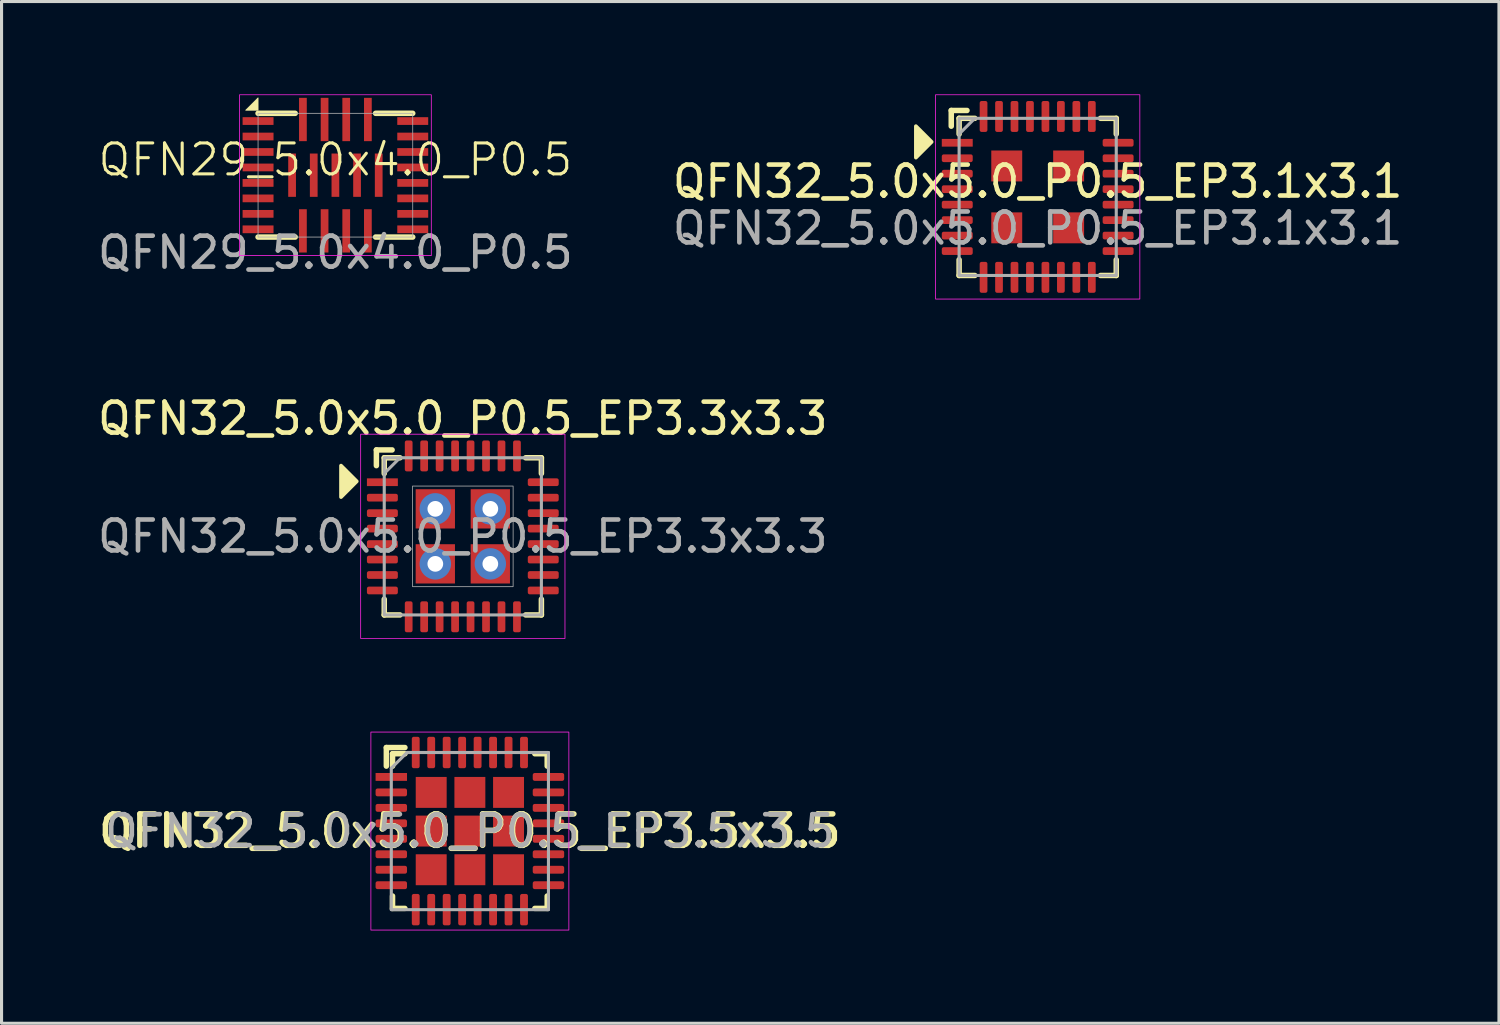
<source format=kicad_pcb>
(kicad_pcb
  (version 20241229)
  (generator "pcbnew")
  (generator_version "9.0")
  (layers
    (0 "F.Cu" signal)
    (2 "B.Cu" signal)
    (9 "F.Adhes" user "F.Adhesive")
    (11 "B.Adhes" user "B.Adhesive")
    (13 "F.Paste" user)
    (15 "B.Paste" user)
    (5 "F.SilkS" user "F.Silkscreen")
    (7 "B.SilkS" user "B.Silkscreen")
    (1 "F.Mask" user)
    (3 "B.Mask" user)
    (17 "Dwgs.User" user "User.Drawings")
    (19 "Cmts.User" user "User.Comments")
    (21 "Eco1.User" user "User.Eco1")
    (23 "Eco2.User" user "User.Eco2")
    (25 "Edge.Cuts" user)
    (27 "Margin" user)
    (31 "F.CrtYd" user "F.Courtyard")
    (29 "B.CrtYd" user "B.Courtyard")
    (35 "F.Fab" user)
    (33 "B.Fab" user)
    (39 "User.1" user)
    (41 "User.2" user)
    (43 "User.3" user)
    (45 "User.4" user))
  (footprint "QFN29_5.0x4.0_P0.5"
    (layer "F.Cu")
    (at 7.792 2.613)
    (property "Reference" "QFN29_5.0x4.0_P0.5" (at 0 -0.5 0) (unlocked yes) (layer "F.SilkS") (effects (font (size 1 1) (thickness 0.1))))
    (attr smd)
    (fp_line (start -2.5 -2) (end -1.3 -2) (stroke (width 0.178) (type default)) (layer "F.SilkS"))
    (fp_line (start -2.5 2) (end -1.3 2) (stroke (width 0.178) (type default)) (layer "F.SilkS"))
    (fp_line (start 1.3 -2) (end 2.5 -2) (stroke (width 0.178) (type default)) (layer "F.SilkS"))
    (fp_line (start 1.3 2) (end 2.5 2) (stroke (width 0.178) (type default)) (layer "F.SilkS"))
    (fp_poly (pts (xy -2.9 -2.1) (xy -2.5 -2.1) (xy -2.5 -2.5)) (stroke (width 0.025) (type solid)) (fill yes) (layer "F.SilkS"))
    (fp_rect (start -3.1 2.6) (end 3.1 -2.6) (stroke (width 0.025) (type default)) (fill no) (layer "F.CrtYd"))
    (fp_rect (start -2.5 2) (end 2.5 -2) (stroke (width 0.025) (type default)) (fill no) (layer "F.Fab"))
    (fp_text user "${REFERENCE}" (at 0 2.5 0) (unlocked yes) (layer "F.Fab") (effects (font (size 1 1) (thickness 0.15))))
    (pad "1" smd rect (at -2.5 -1.75) (size 1 0.25) (layers "F.Cu" "F.Mask" "F.Paste"))
    (pad "2" smd rect (at -2.5 -1.25) (size 1 0.25) (layers "F.Cu" "F.Mask" "F.Paste"))
    (pad "3" smd rect (at -2.5 -0.75) (size 1 0.25) (layers "F.Cu" "F.Mask" "F.Paste"))
    (pad "4" smd rect (at -2.5 -0.25) (size 1 0.25) (layers "F.Cu" "F.Mask" "F.Paste"))
    (pad "5" smd rect (at -2.5 0.25) (size 1 0.25) (layers "F.Cu" "F.Mask" "F.Paste"))
    (pad "6" smd rect (at -2.5 0.75) (size 1 0.25) (layers "F.Cu" "F.Mask" "F.Paste"))
    (pad "7" smd rect (at -2.5 1.25) (size 1 0.25) (layers "F.Cu" "F.Mask" "F.Paste"))
    (pad "8" smd rect (at -2.5 1.75) (size 1 0.25) (layers "F.Cu" "F.Mask" "F.Paste"))
    (pad "9" smd rect (at -1.05 1.8) (size 0.25 1.4) (layers "F.Cu" "F.Mask" "F.Paste"))
    (pad "10" smd rect (at -0.35 1.8) (size 0.25 1.4) (layers "F.Cu" "F.Mask" "F.Paste"))
    (pad "11" smd rect (at 0.35 1.8) (size 0.25 1.4) (layers "F.Cu" "F.Mask" "F.Paste"))
    (pad "12" smd rect (at 1.05 1.8) (size 0.25 1.4) (layers "F.Cu" "F.Mask" "F.Paste"))
    (pad "13" smd rect (at 2.5 1.75) (size 1 0.25) (layers "F.Cu" "F.Mask" "F.Paste"))
    (pad "14" smd rect (at 2.5 1.25) (size 1 0.25) (layers "F.Cu" "F.Mask" "F.Paste"))
    (pad "15" smd rect (at 2.5 0.75) (size 1 0.25) (layers "F.Cu" "F.Mask" "F.Paste"))
    (pad "16" smd rect (at 2.5 0.25) (size 1 0.25) (layers "F.Cu" "F.Mask" "F.Paste"))
    (pad "17" smd rect (at 2.5 -0.25) (size 1 0.25) (layers "F.Cu" "F.Mask" "F.Paste"))
    (pad "18" smd rect (at 2.5 -0.75) (size 1 0.25) (layers "F.Cu" "F.Mask" "F.Paste"))
    (pad "19" smd rect (at 2.5 -1.25) (size 1 0.25) (layers "F.Cu" "F.Mask" "F.Paste"))
    (pad "20" smd rect (at 2.5 -1.75) (size 1 0.25) (layers "F.Cu" "F.Mask" "F.Paste"))
    (pad "21" smd rect (at 1.05 -1.8) (size 0.25 1.4) (layers "F.Cu" "F.Mask" "F.Paste"))
    (pad "22" smd rect (at 0.35 -1.8) (size 0.25 1.4) (layers "F.Cu" "F.Mask" "F.Paste"))
    (pad "23" smd rect (at -0.35 -1.8) (size 0.25 1.4) (layers "F.Cu" "F.Mask" "F.Paste"))
    (pad "24" smd rect (at -1.05 -1.8) (size 0.25 1.4) (layers "F.Cu" "F.Mask" "F.Paste"))
    (pad "25" smd rect (at -1.4 0) (size 0.25 1.4) (layers "F.Cu" "F.Mask" "F.Paste"))
    (pad "26" smd rect (at -0.7 0) (size 0.25 1.4) (layers "F.Cu" "F.Mask" "F.Paste"))
    (pad "27" smd rect (at 0 0) (size 0.25 1.4) (layers "F.Cu" "F.Mask" "F.Paste"))
    (pad "28" smd rect (at 0.7 0) (size 0.25 1.4) (layers "F.Cu" "F.Mask" "F.Paste"))
    (pad "29" smd rect (at 1.4 0) (size 0.25 1.4) (layers "F.Cu" "F.Mask" "F.Paste")))
  (footprint "QFN32_5.0x5.0_P0.5_EP3.3x3.3"
    (layer "F.Cu")
    (at 11.911 14.288)
    (property "Reference" "QFN32_5.0x5.0_P0.5_EP3.3x3.3" (at 0 -3.81 0) (unlocked yes) (layer "F.SilkS") (effects (font (size 1 1) (thickness 0.15))))
    (fp_line (start -2.794 -2.794) (end -2.286 -2.794) (stroke (width 0.178) (type solid)) (layer "F.SilkS"))
    (fp_line (start -2.794 -2.286) (end -2.794 -2.794) (stroke (width 0.178) (type solid)) (layer "F.SilkS"))
    (fp_line (start -2.54 -2.54) (end -2.032 -2.54) (stroke (width 0.178) (type solid)) (layer "F.SilkS"))
    (fp_line (start -2.54 -2.032) (end -2.54 -2.54) (stroke (width 0.178) (type solid)) (layer "F.SilkS"))
    (fp_line (start -2.54 2.54) (end -2.54 2.032) (stroke (width 0.178) (type solid)) (layer "F.SilkS"))
    (fp_line (start -2.032 2.54) (end -2.54 2.54) (stroke (width 0.178) (type solid)) (layer "F.SilkS"))
    (fp_line (start 2.032 -2.54) (end 2.54 -2.54) (stroke (width 0.178) (type solid)) (layer "F.SilkS"))
    (fp_line (start 2.54 -2.54) (end 2.54 -2.032) (stroke (width 0.178) (type solid)) (layer "F.SilkS"))
    (fp_line (start 2.54 2.032) (end 2.54 2.54) (stroke (width 0.178) (type solid)) (layer "F.SilkS"))
    (fp_line (start 2.54 2.54) (end 2.032 2.54) (stroke (width 0.178) (type solid)) (layer "F.SilkS"))
    (fp_poly (pts (xy -3.429 -1.778) (xy -3.937 -1.27) (xy -3.937 -2.286)) (stroke (width 0.12) (type solid)) (fill yes) (layer "F.SilkS"))
    (fp_rect (start -3.302 -3.302) (end 3.302 3.302) (stroke (width 0.025) (type solid)) (fill no) (layer "F.CrtYd"))
    (fp_line (start -2.54 -2.032) (end -2.032 -2.54) (stroke (width 0.1) (type solid)) (layer "F.Fab"))
    (fp_rect (start -2.54 -2.54) (end 2.54 2.54) (stroke (width 0.1) (type solid)) (fill no) (layer "F.Fab"))
    (fp_rect (start -1.626 1.626) (end 1.626 -1.626) (stroke (width 0.025) (type solid)) (fill no) (layer "F.Fab"))
    (fp_text user "${REFERENCE}" (at 0 0 0) (unlocked yes) (layer "F.Fab") (effects (font (size 1 1) (thickness 0.15))))
    (pad "1" smd rect (at -2.6 -1.75) (size 1 0.25) (layers "F.Cu" "F.Mask" "F.Paste"))
    (pad "2" smd roundrect (at -2.6 -1.25) (size 1 0.25) (layers "F.Cu" "F.Mask" "F.Paste") (roundrect_rratio 0.25))
    (pad "3" smd roundrect (at -2.6 -0.75) (size 1 0.25) (layers "F.Cu" "F.Mask" "F.Paste") (roundrect_rratio 0.25))
    (pad "4" smd roundrect (at -2.6 -0.25) (size 1 0.25) (layers "F.Cu" "F.Mask" "F.Paste") (roundrect_rratio 0.25))
    (pad "5" smd roundrect (at -2.6 0.25) (size 1 0.25) (layers "F.Cu" "F.Mask" "F.Paste") (roundrect_rratio 0.25))
    (pad "6" smd roundrect (at -2.6 0.75) (size 1 0.25) (layers "F.Cu" "F.Mask" "F.Paste") (roundrect_rratio 0.25))
    (pad "7" smd roundrect (at -2.6 1.25) (size 1 0.25) (layers "F.Cu" "F.Mask" "F.Paste") (roundrect_rratio 0.25))
    (pad "8" smd roundrect (at -2.6 1.75) (size 1 0.25) (layers "F.Cu" "F.Mask" "F.Paste") (roundrect_rratio 0.25))
    (pad "9" smd roundrect (at -1.75 2.6) (size 0.25 1) (layers "F.Cu" "F.Mask" "F.Paste") (roundrect_rratio 0.25))
    (pad "10" smd roundrect (at -1.25 2.6) (size 0.25 1) (layers "F.Cu" "F.Mask" "F.Paste") (roundrect_rratio 0.25))
    (pad "11" smd roundrect (at -0.75 2.6) (size 0.25 1) (layers "F.Cu" "F.Mask" "F.Paste") (roundrect_rratio 0.25))
    (pad "12" smd roundrect (at -0.25 2.6) (size 0.25 1) (layers "F.Cu" "F.Mask" "F.Paste") (roundrect_rratio 0.25))
    (pad "13" smd roundrect (at 0.25 2.6) (size 0.25 1) (layers "F.Cu" "F.Mask" "F.Paste") (roundrect_rratio 0.25))
    (pad "14" smd roundrect (at 0.75 2.6) (size 0.25 1) (layers "F.Cu" "F.Mask" "F.Paste") (roundrect_rratio 0.25))
    (pad "15" smd roundrect (at 1.25 2.6) (size 0.25 1) (layers "F.Cu" "F.Mask" "F.Paste") (roundrect_rratio 0.25))
    (pad "16" smd roundrect (at 1.75 2.6) (size 0.25 1) (layers "F.Cu" "F.Mask" "F.Paste") (roundrect_rratio 0.25))
    (pad "17" smd roundrect (at 2.6 1.75) (size 1 0.25) (layers "F.Cu" "F.Mask" "F.Paste") (roundrect_rratio 0.25))
    (pad "18" smd roundrect (at 2.6 1.25) (size 1 0.25) (layers "F.Cu" "F.Mask" "F.Paste") (roundrect_rratio 0.25))
    (pad "19" smd roundrect (at 2.6 0.75) (size 1 0.25) (layers "F.Cu" "F.Mask" "F.Paste") (roundrect_rratio 0.25))
    (pad "20" smd roundrect (at 2.6 0.25) (size 1 0.25) (layers "F.Cu" "F.Mask" "F.Paste") (roundrect_rratio 0.25))
    (pad "21" smd roundrect (at 2.6 -0.25) (size 1 0.25) (layers "F.Cu" "F.Mask" "F.Paste") (roundrect_rratio 0.25))
    (pad "22" smd roundrect (at 2.6 -0.75) (size 1 0.25) (layers "F.Cu" "F.Mask" "F.Paste") (roundrect_rratio 0.25))
    (pad "23" smd roundrect (at 2.6 -1.25) (size 1 0.25) (layers "F.Cu" "F.Mask" "F.Paste") (roundrect_rratio 0.25))
    (pad "24" smd roundrect (at 2.6 -1.75) (size 1 0.25) (layers "F.Cu" "F.Mask" "F.Paste") (roundrect_rratio 0.25))
    (pad "25" smd roundrect (at 1.75 -2.6) (size 0.25 1) (layers "F.Cu" "F.Mask" "F.Paste") (roundrect_rratio 0.25))
    (pad "26" smd roundrect (at 1.25 -2.6) (size 0.25 1) (layers "F.Cu" "F.Mask" "F.Paste") (roundrect_rratio 0.25))
    (pad "27" smd roundrect (at 0.75 -2.6) (size 0.25 1) (layers "F.Cu" "F.Mask" "F.Paste") (roundrect_rratio 0.25))
    (pad "28" smd roundrect (at 0.25 -2.6) (size 0.25 1) (layers "F.Cu" "F.Mask" "F.Paste") (roundrect_rratio 0.25))
    (pad "29" smd roundrect (at -0.25 -2.6) (size 0.25 1) (layers "F.Cu" "F.Mask" "F.Paste") (roundrect_rratio 0.25))
    (pad "30" smd roundrect (at -0.75 -2.6) (size 0.25 1) (layers "F.Cu" "F.Mask" "F.Paste") (roundrect_rratio 0.25))
    (pad "31" smd roundrect (at -1.25 -2.6) (size 0.25 1) (layers "F.Cu" "F.Mask" "F.Paste") (roundrect_rratio 0.25))
    (pad "32" smd roundrect (at -1.75 -2.6) (size 0.25 1) (layers "F.Cu" "F.Mask" "F.Paste") (roundrect_rratio 0.25))
    (pad "33" thru_hole circle (at -0.889 -0.889) (size 1.016 1.016) (drill 0.508) (layers "*.Cu" "*.Mask"))
    (pad "33" smd rect (at -0.889 -0.889) (size 1.27 1.27) (layers "F.Cu" "F.Mask" "F.Paste"))
    (pad "33" thru_hole circle (at -0.889 0.889) (size 1.016 1.016) (drill 0.508) (layers "*.Cu" "*.Mask"))
    (pad "33" smd rect (at -0.889 0.889) (size 1.27 1.27) (layers "F.Cu" "F.Mask" "F.Paste"))
    (pad "33" thru_hole circle (at 0.889 -0.889) (size 1.016 1.016) (drill 0.508) (layers "*.Cu" "*.Mask"))
    (pad "33" smd rect (at 0.889 -0.889) (size 1.27 1.27) (layers "F.Cu" "F.Mask" "F.Paste"))
    (pad "33" thru_hole circle (at 0.889 0.889) (size 1.016 1.016) (drill 0.508) (layers "*.Cu" "*.Mask"))
    (pad "33" smd rect (at 0.889 0.889) (size 1.27 1.27) (layers "F.Cu" "F.Mask" "F.Paste")))
  (footprint "QFN32_5.0x5.0_P0.5_EP3.5x3.5"
    (layer "F.Cu")
    (at 12.139 23.815)
    (property "Reference" "QFN32_5.0x5.0_P0.5_EP3.5x3.5" (at 0 0 0) (layer "F.SilkS") (effects (font (size 1.016 1.016) (thickness 0.178))))
    (attr smd)
    (fp_line (start -2.7 -2.7) (end -2.1 -2.7) (stroke (width 0.178) (type default)) (layer "F.SilkS"))
    (fp_line (start -2.7 -2.1) (end -2.7 -2.7) (stroke (width 0.178) (type default)) (layer "F.SilkS"))
    (fp_line (start -2.5 -2.1) (end -2.5 -2.5) (stroke (width 0.178) (type solid)) (layer "F.SilkS"))
    (fp_line (start -2.5 2.5) (end -2.5 2.1) (stroke (width 0.178) (type solid)) (layer "F.SilkS"))
    (fp_line (start -2.1 -2.5) (end -2.5 -2.5) (stroke (width 0.178) (type solid)) (layer "F.SilkS"))
    (fp_line (start -2.1 2.5) (end -2.5 2.5) (stroke (width 0.178) (type solid)) (layer "F.SilkS"))
    (fp_line (start 2.1 -2.5) (end 2.5 -2.5) (stroke (width 0.178) (type solid)) (layer "F.SilkS"))
    (fp_line (start 2.5 -2.1) (end 2.5 -2.5) (stroke (width 0.178) (type solid)) (layer "F.SilkS"))
    (fp_line (start 2.5 2.1) (end 2.5 2.5) (stroke (width 0.178) (type solid)) (layer "F.SilkS"))
    (fp_line (start 2.5 2.5) (end 2.1 2.5) (stroke (width 0.178) (type solid)) (layer "F.SilkS"))
    (fp_rect (start -3.2 -3.2) (end 3.2 3.2) (stroke (width 0.025) (type solid)) (fill no) (layer "F.CrtYd"))
    (fp_line (start -2.54 -2.032) (end -2.54 2.54) (stroke (width 0.1) (type solid)) (layer "F.Fab"))
    (fp_line (start -2.54 2.54) (end 2.54 2.54) (stroke (width 0.1) (type solid)) (layer "F.Fab"))
    (fp_line (start -2.032 -2.54) (end -2.54 -2.032) (stroke (width 0.1) (type solid)) (layer "F.Fab"))
    (fp_line (start 2.54 -2.54) (end -2.032 -2.54) (stroke (width 0.1) (type solid)) (layer "F.Fab"))
    (fp_line (start 2.54 2.54) (end 2.54 -2.54) (stroke (width 0.1) (type solid)) (layer "F.Fab"))
    (fp_text user "${REFERENCE}" (at 0 0 0) (layer "F.Fab") (effects (font (size 1 1) (thickness 0.15))))
    (pad "1" smd rect (at -2.54 -1.75) (size 1.016 0.254) (layers "F.Cu" "F.Mask" "F.Paste"))
    (pad "2" smd roundrect (at -2.54 -1.25) (size 1.016 0.254) (layers "F.Cu" "F.Mask" "F.Paste") (roundrect_rratio 0.25))
    (pad "3" smd roundrect (at -2.54 -0.75) (size 1.016 0.254) (layers "F.Cu" "F.Mask" "F.Paste") (roundrect_rratio 0.25))
    (pad "4" smd roundrect (at -2.54 -0.25) (size 1.016 0.254) (layers "F.Cu" "F.Mask" "F.Paste") (roundrect_rratio 0.25))
    (pad "5" smd roundrect (at -2.54 0.25) (size 1.016 0.254) (layers "F.Cu" "F.Mask" "F.Paste") (roundrect_rratio 0.25))
    (pad "6" smd roundrect (at -2.54 0.75) (size 1.016 0.254) (layers "F.Cu" "F.Mask" "F.Paste") (roundrect_rratio 0.25))
    (pad "7" smd roundrect (at -2.54 1.25) (size 1.016 0.254) (layers "F.Cu" "F.Mask" "F.Paste") (roundrect_rratio 0.25))
    (pad "8" smd roundrect (at -2.54 1.75) (size 1.016 0.254) (layers "F.Cu" "F.Mask" "F.Paste") (roundrect_rratio 0.25))
    (pad "9" smd roundrect (at -1.75 2.54) (size 0.254 1.016) (layers "F.Cu" "F.Mask" "F.Paste") (roundrect_rratio 0.25))
    (pad "10" smd roundrect (at -1.25 2.54) (size 0.254 1.016) (layers "F.Cu" "F.Mask" "F.Paste") (roundrect_rratio 0.25))
    (pad "11" smd roundrect (at -0.75 2.54) (size 0.254 1.016) (layers "F.Cu" "F.Mask" "F.Paste") (roundrect_rratio 0.25))
    (pad "12" smd roundrect (at -0.25 2.54) (size 0.254 1.016) (layers "F.Cu" "F.Mask" "F.Paste") (roundrect_rratio 0.25))
    (pad "13" smd roundrect (at 0.25 2.54) (size 0.254 1.016) (layers "F.Cu" "F.Mask" "F.Paste") (roundrect_rratio 0.25))
    (pad "14" smd roundrect (at 0.75 2.54) (size 0.254 1.016) (layers "F.Cu" "F.Mask" "F.Paste") (roundrect_rratio 0.25))
    (pad "15" smd roundrect (at 1.25 2.54) (size 0.254 1.016) (layers "F.Cu" "F.Mask" "F.Paste") (roundrect_rratio 0.25))
    (pad "16" smd roundrect (at 1.75 2.54) (size 0.254 1.016) (layers "F.Cu" "F.Mask" "F.Paste") (roundrect_rratio 0.25))
    (pad "17" smd roundrect (at 2.54 1.75) (size 1.016 0.254) (layers "F.Cu" "F.Mask" "F.Paste") (roundrect_rratio 0.25))
    (pad "18" smd roundrect (at 2.54 1.25) (size 1.016 0.254) (layers "F.Cu" "F.Mask" "F.Paste") (roundrect_rratio 0.25))
    (pad "19" smd roundrect (at 2.54 0.75) (size 1.016 0.254) (layers "F.Cu" "F.Mask" "F.Paste") (roundrect_rratio 0.25))
    (pad "20" smd roundrect (at 2.54 0.25) (size 1.016 0.254) (layers "F.Cu" "F.Mask" "F.Paste") (roundrect_rratio 0.25))
    (pad "21" smd roundrect (at 2.54 -0.25) (size 1.016 0.254) (layers "F.Cu" "F.Mask" "F.Paste") (roundrect_rratio 0.25))
    (pad "22" smd roundrect (at 2.54 -0.75) (size 1.016 0.254) (layers "F.Cu" "F.Mask" "F.Paste") (roundrect_rratio 0.25))
    (pad "23" smd roundrect (at 2.54 -1.25) (size 1.016 0.254) (layers "F.Cu" "F.Mask" "F.Paste") (roundrect_rratio 0.25))
    (pad "24" smd roundrect (at 2.54 -1.75) (size 1.016 0.254) (layers "F.Cu" "F.Mask" "F.Paste") (roundrect_rratio 0.25))
    (pad "25" smd roundrect (at 1.75 -2.54) (size 0.254 1.016) (layers "F.Cu" "F.Mask" "F.Paste") (roundrect_rratio 0.25))
    (pad "26" smd roundrect (at 1.25 -2.54) (size 0.254 1.016) (layers "F.Cu" "F.Mask" "F.Paste") (roundrect_rratio 0.25))
    (pad "27" smd roundrect (at 0.75 -2.54) (size 0.254 1.016) (layers "F.Cu" "F.Mask" "F.Paste") (roundrect_rratio 0.25))
    (pad "28" smd roundrect (at 0.25 -2.54) (size 0.254 1.016) (layers "F.Cu" "F.Mask" "F.Paste") (roundrect_rratio 0.25))
    (pad "29" smd roundrect (at -0.25 -2.54) (size 0.254 1.016) (layers "F.Cu" "F.Mask" "F.Paste") (roundrect_rratio 0.25))
    (pad "30" smd roundrect (at -0.75 -2.54) (size 0.254 1.016) (layers "F.Cu" "F.Mask" "F.Paste") (roundrect_rratio 0.25))
    (pad "31" smd roundrect (at -1.25 -2.54) (size 0.254 1.016) (layers "F.Cu" "F.Mask" "F.Paste") (roundrect_rratio 0.25))
    (pad "32" smd roundrect (at -1.75 -2.54) (size 0.254 1.016) (layers "F.Cu" "F.Mask" "F.Paste") (roundrect_rratio 0.25))
    (pad "33" smd rect (at -1.25 -1.25) (size 1 1) (layers "F.Cu" "F.Mask" "F.Paste"))
    (pad "33" smd rect (at -1.25 0) (size 1 1) (layers "F.Cu" "F.Mask" "F.Paste"))
    (pad "33" smd rect (at -1.25 1.25) (size 1 1) (layers "F.Cu" "F.Mask" "F.Paste"))
    (pad "33" smd rect (at 0 -1.25) (size 1 1) (layers "F.Cu" "F.Mask" "F.Paste"))
    (pad "33" smd rect (at 0 0) (size 1 1) (layers "F.Cu" "F.Mask" "F.Paste"))
    (pad "33" smd rect (at 0 1.25) (size 1 1) (layers "F.Cu" "F.Mask" "F.Paste"))
    (pad "33" smd rect (at 1.25 -1.25) (size 1 1) (layers "F.Cu" "F.Mask" "F.Paste"))
    (pad "33" smd rect (at 1.25 0) (size 1 1) (layers "F.Cu" "F.Mask" "F.Paste"))
    (pad "33" smd rect (at 1.25 1.25) (size 1 1) (layers "F.Cu" "F.Mask" "F.Paste")))
  (footprint "QFN32_5.0x5.0_P0.5_EP3.1x3.1"
    (layer "F.Cu")
    (at 30.494 3.315)
    (property "Reference" "QFN32_5.0x5.0_P0.5_EP3.1x3.1" (at 0 -0.5 0) (unlocked yes) (layer "F.SilkS") (effects (font (size 1 1) (thickness 0.15))))
    (fp_line (start -2.794 -2.794) (end -2.286 -2.794) (stroke (width 0.178) (type solid)) (layer "F.SilkS"))
    (fp_line (start -2.794 -2.286) (end -2.794 -2.794) (stroke (width 0.178) (type solid)) (layer "F.SilkS"))
    (fp_line (start -2.54 -2.54) (end -2.032 -2.54) (stroke (width 0.178) (type solid)) (layer "F.SilkS"))
    (fp_line (start -2.54 -2.032) (end -2.54 -2.54) (stroke (width 0.178) (type solid)) (layer "F.SilkS"))
    (fp_line (start -2.54 2.54) (end -2.54 2.032) (stroke (width 0.178) (type solid)) (layer "F.SilkS"))
    (fp_line (start -2.032 2.54) (end -2.54 2.54) (stroke (width 0.178) (type solid)) (layer "F.SilkS"))
    (fp_line (start 2.032 -2.54) (end 2.54 -2.54) (stroke (width 0.178) (type solid)) (layer "F.SilkS"))
    (fp_line (start 2.54 -2.54) (end 2.54 -2.032) (stroke (width 0.178) (type solid)) (layer "F.SilkS"))
    (fp_line (start 2.54 2.032) (end 2.54 2.54) (stroke (width 0.178) (type solid)) (layer "F.SilkS"))
    (fp_line (start 2.54 2.54) (end 2.032 2.54) (stroke (width 0.178) (type solid)) (layer "F.SilkS"))
    (fp_poly (pts (xy -3.429 -1.778) (xy -3.937 -1.27) (xy -3.937 -2.286)) (stroke (width 0.12) (type solid)) (fill yes) (layer "F.SilkS"))
    (fp_rect (start -3.302 -3.302) (end 3.302 3.302) (stroke (width 0.025) (type solid)) (fill no) (layer "F.CrtYd"))
    (fp_line (start -2.54 -2.032) (end -2.032 -2.54) (stroke (width 0.1) (type solid)) (layer "F.Fab"))
    (fp_rect (start -2.54 -2.54) (end 2.54 2.54) (stroke (width 0.1) (type solid)) (fill no) (layer "F.Fab"))
    (fp_text user "${REFERENCE}" (at 0 1.016 0) (unlocked yes) (layer "F.Fab") (effects (font (size 1 1) (thickness 0.15))))
    (pad "1" smd rect (at -2.6 -1.75) (size 1 0.25) (layers "F.Cu" "F.Mask" "F.Paste"))
    (pad "2" smd roundrect (at -2.6 -1.25) (size 1 0.25) (layers "F.Cu" "F.Mask" "F.Paste") (roundrect_rratio 0.25))
    (pad "3" smd roundrect (at -2.6 -0.75) (size 1 0.25) (layers "F.Cu" "F.Mask" "F.Paste") (roundrect_rratio 0.25))
    (pad "4" smd roundrect (at -2.6 -0.25) (size 1 0.25) (layers "F.Cu" "F.Mask" "F.Paste") (roundrect_rratio 0.25))
    (pad "5" smd roundrect (at -2.6 0.25) (size 1 0.25) (layers "F.Cu" "F.Mask" "F.Paste") (roundrect_rratio 0.25))
    (pad "6" smd roundrect (at -2.6 0.75) (size 1 0.25) (layers "F.Cu" "F.Mask" "F.Paste") (roundrect_rratio 0.25))
    (pad "7" smd roundrect (at -2.6 1.25) (size 1 0.25) (layers "F.Cu" "F.Mask" "F.Paste") (roundrect_rratio 0.25))
    (pad "8" smd roundrect (at -2.6 1.75) (size 1 0.25) (layers "F.Cu" "F.Mask" "F.Paste") (roundrect_rratio 0.25))
    (pad "9" smd roundrect (at -1.75 2.6) (size 0.25 1) (layers "F.Cu" "F.Mask" "F.Paste") (roundrect_rratio 0.25))
    (pad "10" smd roundrect (at -1.25 2.6) (size 0.25 1) (layers "F.Cu" "F.Mask" "F.Paste") (roundrect_rratio 0.25))
    (pad "11" smd roundrect (at -0.75 2.6) (size 0.25 1) (layers "F.Cu" "F.Mask" "F.Paste") (roundrect_rratio 0.25))
    (pad "12" smd roundrect (at -0.25 2.6) (size 0.25 1) (layers "F.Cu" "F.Mask" "F.Paste") (roundrect_rratio 0.25))
    (pad "13" smd roundrect (at 0.25 2.6) (size 0.25 1) (layers "F.Cu" "F.Mask" "F.Paste") (roundrect_rratio 0.25))
    (pad "14" smd roundrect (at 0.75 2.6) (size 0.25 1) (layers "F.Cu" "F.Mask" "F.Paste") (roundrect_rratio 0.25))
    (pad "15" smd roundrect (at 1.25 2.6) (size 0.25 1) (layers "F.Cu" "F.Mask" "F.Paste") (roundrect_rratio 0.25))
    (pad "16" smd roundrect (at 1.75 2.6) (size 0.25 1) (layers "F.Cu" "F.Mask" "F.Paste") (roundrect_rratio 0.25))
    (pad "17" smd roundrect (at 2.6 1.75) (size 1 0.25) (layers "F.Cu" "F.Mask" "F.Paste") (roundrect_rratio 0.25))
    (pad "18" smd roundrect (at 2.6 1.25) (size 1 0.25) (layers "F.Cu" "F.Mask" "F.Paste") (roundrect_rratio 0.25))
    (pad "19" smd roundrect (at 2.6 0.75) (size 1 0.25) (layers "F.Cu" "F.Mask" "F.Paste") (roundrect_rratio 0.25))
    (pad "20" smd roundrect (at 2.6 0.25) (size 1 0.25) (layers "F.Cu" "F.Mask" "F.Paste") (roundrect_rratio 0.25))
    (pad "21" smd roundrect (at 2.6 -0.25) (size 1 0.25) (layers "F.Cu" "F.Mask" "F.Paste") (roundrect_rratio 0.25))
    (pad "22" smd roundrect (at 2.6 -0.75) (size 1 0.25) (layers "F.Cu" "F.Mask" "F.Paste") (roundrect_rratio 0.25))
    (pad "23" smd roundrect (at 2.6 -1.25) (size 1 0.25) (layers "F.Cu" "F.Mask" "F.Paste") (roundrect_rratio 0.25))
    (pad "24" smd roundrect (at 2.6 -1.75) (size 1 0.25) (layers "F.Cu" "F.Mask" "F.Paste") (roundrect_rratio 0.25))
    (pad "25" smd roundrect (at 1.75 -2.6) (size 0.25 1) (layers "F.Cu" "F.Mask" "F.Paste") (roundrect_rratio 0.25))
    (pad "26" smd roundrect (at 1.25 -2.6) (size 0.25 1) (layers "F.Cu" "F.Mask" "F.Paste") (roundrect_rratio 0.25))
    (pad "27" smd roundrect (at 0.75 -2.6) (size 0.25 1) (layers "F.Cu" "F.Mask" "F.Paste") (roundrect_rratio 0.25))
    (pad "28" smd roundrect (at 0.25 -2.6) (size 0.25 1) (layers "F.Cu" "F.Mask" "F.Paste") (roundrect_rratio 0.25))
    (pad "29" smd roundrect (at -0.25 -2.6) (size 0.25 1) (layers "F.Cu" "F.Mask" "F.Paste") (roundrect_rratio 0.25))
    (pad "30" smd roundrect (at -0.75 -2.6) (size 0.25 1) (layers "F.Cu" "F.Mask" "F.Paste") (roundrect_rratio 0.25))
    (pad "31" smd roundrect (at -1.25 -2.6) (size 0.25 1) (layers "F.Cu" "F.Mask" "F.Paste") (roundrect_rratio 0.25))
    (pad "32" smd roundrect (at -1.75 -2.6) (size 0.25 1) (layers "F.Cu" "F.Mask" "F.Paste") (roundrect_rratio 0.25))
    (pad "33" smd rect (at -1 -1) (size 1 1) (layers "F.Cu" "F.Mask" "F.Paste"))
    (pad "33" smd rect (at -1 1) (size 1 1) (layers "F.Cu" "F.Mask" "F.Paste"))
    (pad "33" smd rect (at 1 -1) (size 1 1) (layers "F.Cu" "F.Mask" "F.Paste"))
    (pad "33" smd rect (at 1 1) (size 1 1) (layers "F.Cu" "F.Mask" "F.Paste")))
  (gr_rect
    (start -3 -3)
    (end 45.405 30.028)
    (stroke (width 0.1) (type default))
    (fill no)
    (layer "Edge.Cuts")))
</source>
